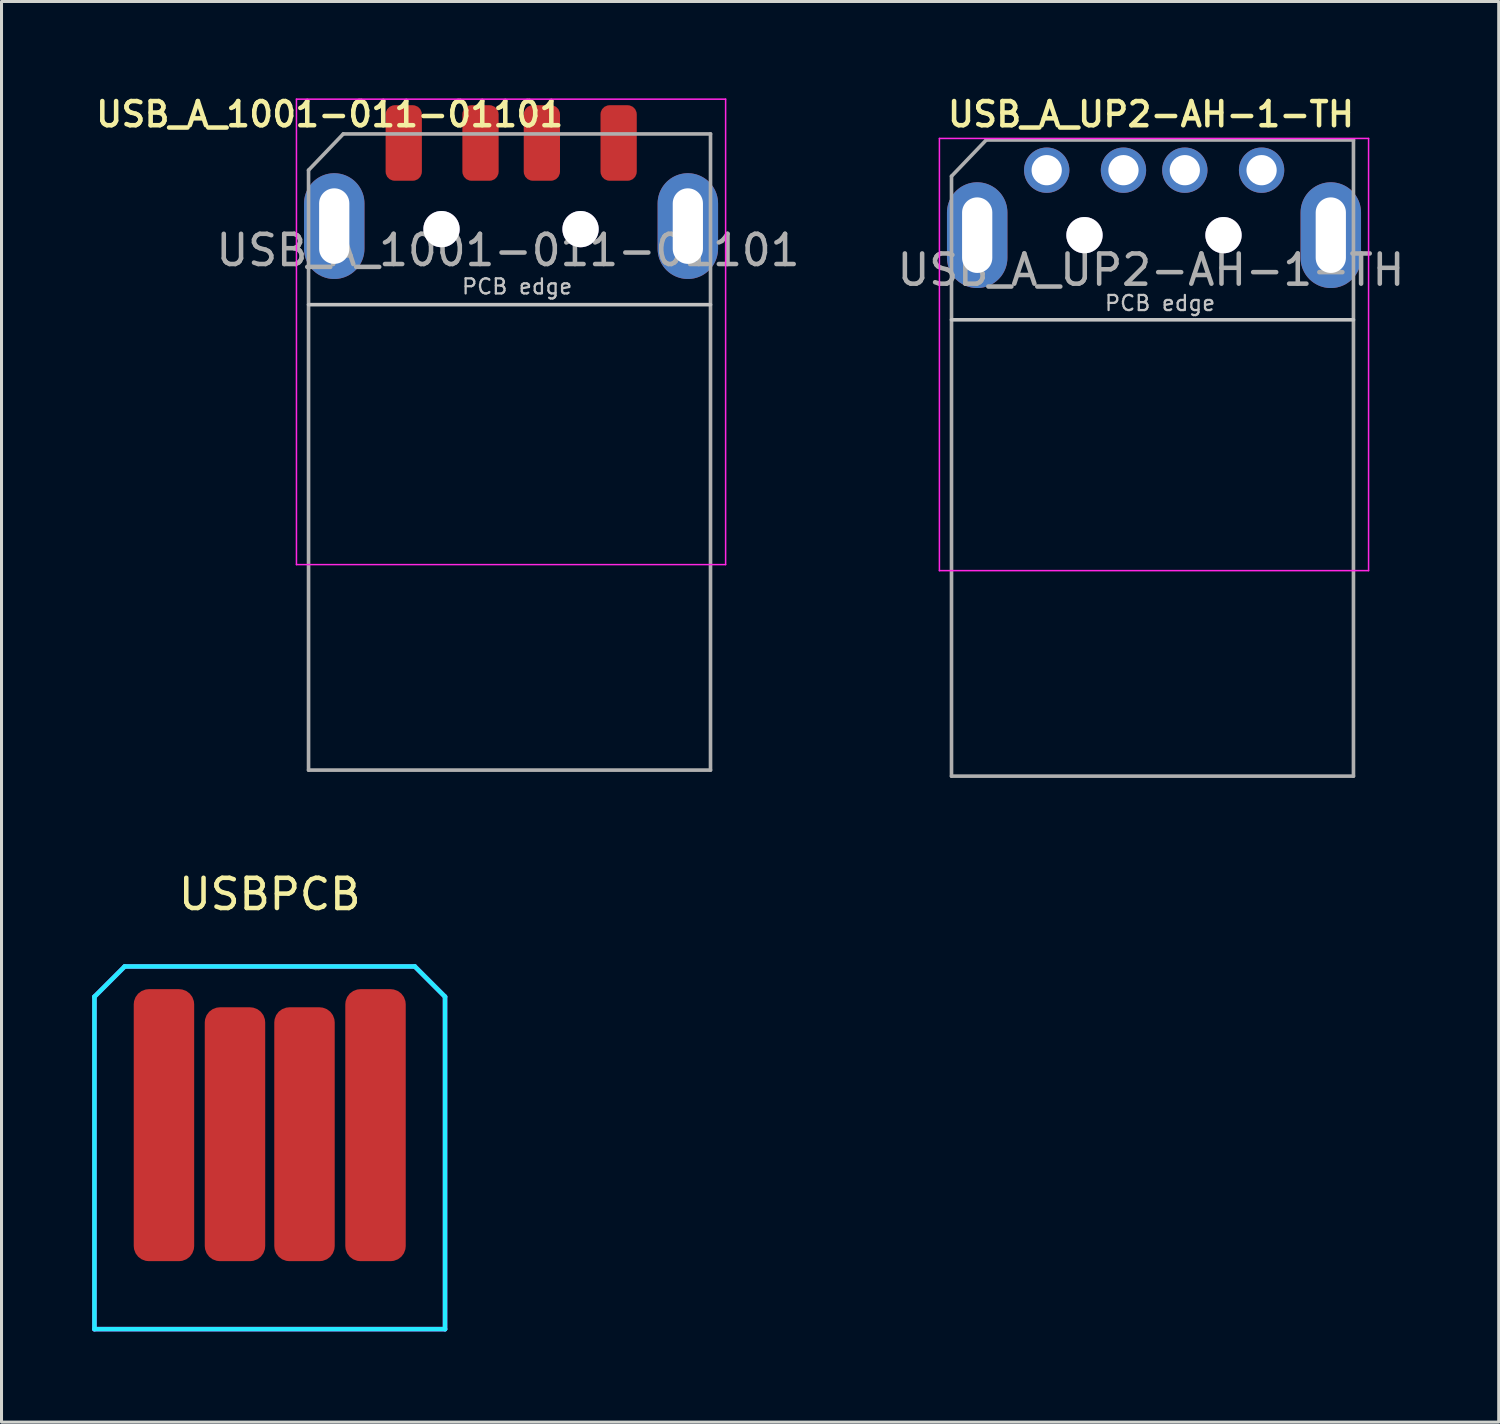
<source format=kicad_pcb>
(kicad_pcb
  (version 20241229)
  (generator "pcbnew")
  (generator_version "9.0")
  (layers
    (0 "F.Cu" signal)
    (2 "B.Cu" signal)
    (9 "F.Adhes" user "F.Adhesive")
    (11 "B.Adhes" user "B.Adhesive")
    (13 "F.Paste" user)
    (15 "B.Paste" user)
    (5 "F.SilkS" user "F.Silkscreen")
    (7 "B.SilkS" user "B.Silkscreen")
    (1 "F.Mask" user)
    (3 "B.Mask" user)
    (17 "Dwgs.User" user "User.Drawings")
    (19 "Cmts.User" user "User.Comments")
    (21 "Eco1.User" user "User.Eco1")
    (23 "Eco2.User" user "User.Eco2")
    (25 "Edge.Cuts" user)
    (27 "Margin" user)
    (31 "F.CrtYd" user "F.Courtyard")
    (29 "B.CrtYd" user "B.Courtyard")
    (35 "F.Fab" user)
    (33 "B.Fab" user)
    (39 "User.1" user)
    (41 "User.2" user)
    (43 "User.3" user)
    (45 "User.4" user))
  (footprint "USBPCB"
    (layer "F.Cu")
    (at 5.875 35.429)
    (property "Reference" "USBPCB" (at 0 -8.89 0) (layer "F.SilkS") (effects (font (size 1 1) (thickness 0.15))))
    (attr through_hole)
    (fp_poly (pts (xy -4.6 -5.4) (xy -2.5 -5.4) (xy -2.3 -4.8) (xy 2.3 -4.8) (xy 2.5 -5.4) (xy 4.6 -5.4) (xy 4.6 2.9) (xy 4.2 3.3) (xy -4.2 3.3) (xy -4.6 2.9)) (stroke (width 0.15) (type solid)) (fill yes) (layer "F.Mask"))
    (fp_line (start -5.8 -5.5) (end -5.8 5.5) (stroke (width 0.15) (type solid)) (layer "B.CrtYd"))
    (fp_line (start -5.8 5.5) (end 5.8 5.5) (stroke (width 0.15) (type solid)) (layer "B.CrtYd"))
    (fp_line (start -4.8 -6.5) (end -5.8 -5.5) (stroke (width 0.15) (type solid)) (layer "B.CrtYd"))
    (fp_line (start 4.8 -6.5) (end -4.8 -6.5) (stroke (width 0.15) (type solid)) (layer "B.CrtYd"))
    (fp_line (start 5.8 -5.5) (end 4.8 -6.5) (stroke (width 0.15) (type solid)) (layer "B.CrtYd"))
    (fp_line (start 5.8 5.5) (end 5.8 -5.5) (stroke (width 0.15) (type solid)) (layer "B.CrtYd"))
    (fp_line (start -5.8 -5.5) (end -5.8 5.5) (stroke (width 0.15) (type solid)) (layer "F.CrtYd"))
    (fp_line (start -4.8 -6.5) (end -5.8 -5.5) (stroke (width 0.15) (type solid)) (layer "F.CrtYd"))
    (fp_line (start -4.8 -6.5) (end 4.8 -6.5) (stroke (width 0.15) (type solid)) (layer "F.CrtYd"))
    (fp_line (start 4.8 -6.5) (end 5.8 -5.5) (stroke (width 0.15) (type solid)) (layer "F.CrtYd"))
    (fp_line (start 5.8 -5.5) (end 5.8 5.5) (stroke (width 0.15) (type solid)) (layer "F.CrtYd"))
    (fp_line (start 5.8 5.5) (end -5.8 5.5) (stroke (width 0.15) (type solid)) (layer "F.CrtYd"))
    (pad "1" smd roundrect (at -3.5 -1.25) (size 2 9) (layers "F.Cu") (roundrect_rratio 0.25))
    (pad "2" smd roundrect (at -1.15 -0.95) (size 2 8.4) (layers "F.Cu") (roundrect_rratio 0.25))
    (pad "3" smd roundrect (at 1.15 -0.95) (size 2 8.4) (layers "F.Cu") (roundrect_rratio 0.25))
    (pad "4" smd roundrect (at 3.5 -1.25) (size 2 9) (layers "F.Cu") (roundrect_rratio 0.25)))
  (footprint "USB_A_UP2-AH-1-TH"
    (layer "F.Cu")
    (at 35.133 2.631)
    (property "Reference" "USB_A_UP2-AH-1-TH" (at -0.1 -1.9 0) (layer "F.SilkS") (effects (font (size 0.8 0.8) (thickness 0.15))))
    (attr through_hole)
    (fp_line (start 6.6 4.9) (end -6.7 4.9) (stroke (width 0.12) (type solid)) (layer "Dwgs.User"))
    (fp_line (start -7.1 -1.1) (end -7.1 13.2) (stroke (width 0.05) (type solid)) (layer "F.CrtYd"))
    (fp_line (start -7.1 -1.1) (end 7.1 -1.1) (stroke (width 0.05) (type solid)) (layer "F.CrtYd"))
    (fp_line (start 7.1 13.2) (end -7.1 13.2) (stroke (width 0.05) (type solid)) (layer "F.CrtYd"))
    (fp_line (start 7.1 13.2) (end 7.1 -1.1) (stroke (width 0.05) (type solid)) (layer "F.CrtYd"))
    (fp_line (start -6.7 0.15) (end -6.7 20) (stroke (width 0.12) (type solid)) (layer "F.Fab"))
    (fp_line (start -6.7 20) (end 6.6 20) (stroke (width 0.12) (type solid)) (layer "F.Fab"))
    (fp_line (start -5.55 -1.05) (end -6.7 0.15) (stroke (width 0.12) (type solid)) (layer "F.Fab"))
    (fp_line (start 6.6 -1.05) (end -5.55 -1.05) (stroke (width 0.12) (type solid)) (layer "F.Fab"))
    (fp_line (start 6.6 20) (end 6.6 -1.05) (stroke (width 0.12) (type solid)) (layer "F.Fab"))
    (fp_text user "PCB edge" (at 0.2 4.35 0) (layer "Dwgs.User") (effects (font (size 0.5 0.5) (thickness 0.075))))
    (fp_text user "${REFERENCE}" (at -0.1 3.25 0) (layer "F.Fab") (effects (font (size 1 1) (thickness 0.15))))
    (pad "1" thru_hole circle (at 3.56 -0.05 270) (size 1.5 1.5) (drill 1) (layers "*.Cu" "*.Mask"))
    (pad "2" thru_hole circle (at 1.02 -0.05 270) (size 1.5 1.5) (drill 1) (layers "*.Cu" "*.Mask"))
    (pad "3" thru_hole circle (at -1.01 -0.05 270) (size 1.5 1.5) (drill 1) (layers "*.Cu" "*.Mask"))
    (pad "4" thru_hole circle (at -3.55 -0.05 270) (size 1.5 1.5) (drill 1) (layers "*.Cu" "*.Mask"))
    (pad "5" thru_hole oval (at -5.85 2.1 270) (size 3.5 2) (drill oval 2.5 1) (layers "*.Cu" "*.Mask"))
    (pad "5" thru_hole oval (at 5.85 2.1 270) (size 3.5 2) (drill oval 2.5 1) (layers "*.Cu" "*.Mask"))
    (pad "6" thru_hole circle (at 2.3 2.1 270) (size 1.2 1.2) (drill 1.2) (layers "*.Cu" "*.Mask"))
    (pad "7" thru_hole circle (at -2.3 2.1 270) (size 1.2 1.2) (drill 1.2) (layers "*.Cu" "*.Mask")))
  (footprint "USB_A_1001-011-01101"
    (layer "F.Cu")
    (at 13.859 2.431)
    (property "Reference" "USB_A_1001-011-01101" (at -6 -1.7 0) (layer "F.SilkS") (effects (font (size 0.8 0.8) (thickness 0.15))))
    (attr through_hole)
    (fp_line (start 6.6 4.6) (end -6.7 4.6) (stroke (width 0.12) (type solid)) (layer "Dwgs.User"))
    (fp_line (start -7.1 -2.2) (end -7.1 13.2) (stroke (width 0.05) (type solid)) (layer "F.CrtYd"))
    (fp_line (start -7.1 -2.2) (end 7.1 -2.2) (stroke (width 0.05) (type solid)) (layer "F.CrtYd"))
    (fp_line (start 7.1 13.2) (end -7.1 13.2) (stroke (width 0.05) (type solid)) (layer "F.CrtYd"))
    (fp_line (start 7.1 13.2) (end 7.1 -2.2) (stroke (width 0.05) (type solid)) (layer "F.CrtYd"))
    (fp_line (start -6.7 0.15) (end -6.7 20) (stroke (width 0.12) (type solid)) (layer "F.Fab"))
    (fp_line (start -6.7 20) (end 6.6 20) (stroke (width 0.12) (type solid)) (layer "F.Fab"))
    (fp_line (start -5.55 -1.05) (end -6.7 0.15) (stroke (width 0.12) (type solid)) (layer "F.Fab"))
    (fp_line (start 6.6 -1.05) (end -5.55 -1.05) (stroke (width 0.12) (type solid)) (layer "F.Fab"))
    (fp_line (start 6.6 20) (end 6.6 -1.05) (stroke (width 0.12) (type solid)) (layer "F.Fab"))
    (fp_text user "PCB edge" (at 0.2 4 0) (layer "Dwgs.User") (effects (font (size 0.5 0.5) (thickness 0.075))))
    (fp_text user "${REFERENCE}" (at -0.1 2.8 0) (layer "F.Fab") (effects (font (size 1 1) (thickness 0.15))))
    (pad "1" smd roundrect (at 3.56 -0.75 270) (size 2.5 1.2) (layers "F.Cu" "F.Mask") (roundrect_rratio 0.25))
    (pad "2" smd roundrect (at 1.02 -0.75 270) (size 2.5 1.2) (layers "F.Cu" "F.Mask") (roundrect_rratio 0.25))
    (pad "3" smd roundrect (at -1.01 -0.75 270) (size 2.5 1.2) (layers "F.Cu" "F.Mask") (roundrect_rratio 0.25))
    (pad "4" smd roundrect (at -3.55 -0.75 270) (size 2.5 1.2) (layers "F.Cu" "F.Mask") (roundrect_rratio 0.25))
    (pad "5" thru_hole oval (at -5.85 2 270) (size 3.5 2) (drill oval 2.5 1) (layers "*.Cu" "*.Mask"))
    (pad "5" thru_hole oval (at 5.85 2 270) (size 3.5 2) (drill oval 2.5 1) (layers "*.Cu" "*.Mask"))
    (pad "6" thru_hole circle (at 2.3 2.1 270) (size 1.2 1.2) (drill 1.2) (layers "*.Cu" "*.Mask"))
    (pad "7" thru_hole circle (at -2.3 2.1 270) (size 1.2 1.2) (drill 1.2) (layers "*.Cu" "*.Mask")))
  (gr_rect
    (start -3 -3)
    (end 46.539 44.005)
    (stroke (width 0.1) (type default))
    (fill no)
    (layer "Edge.Cuts")))
</source>
